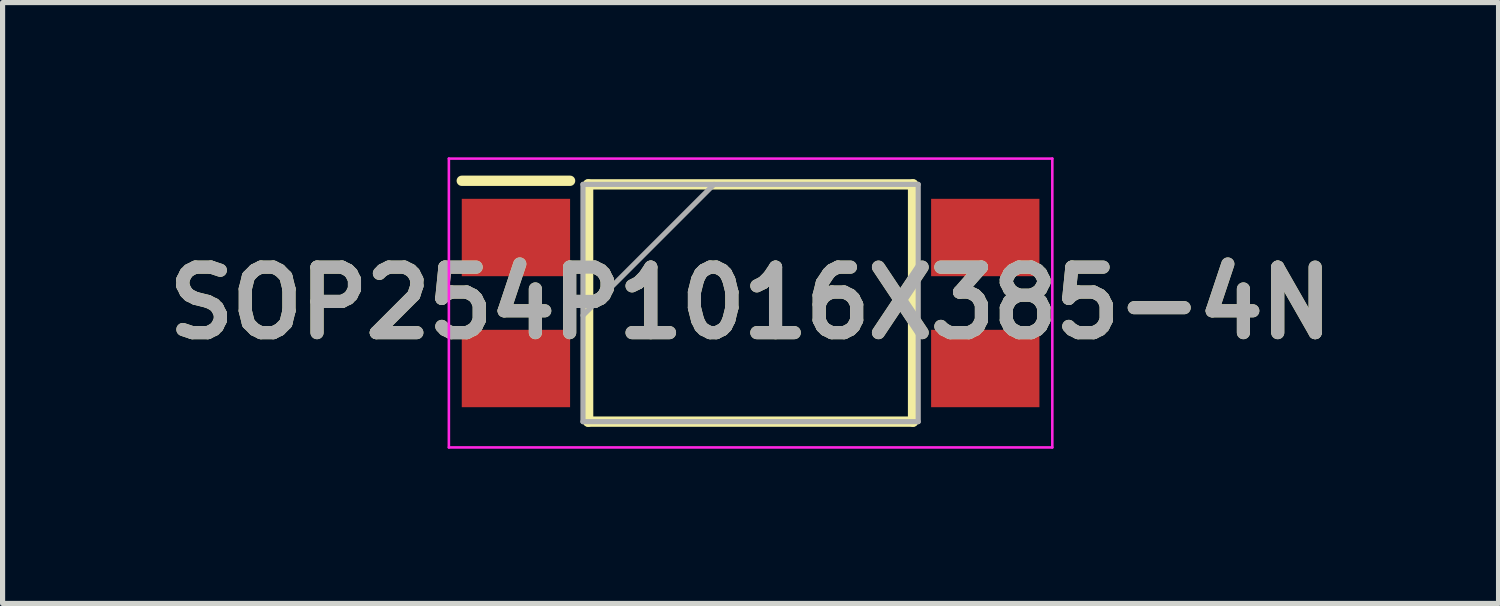
<source format=kicad_pcb>
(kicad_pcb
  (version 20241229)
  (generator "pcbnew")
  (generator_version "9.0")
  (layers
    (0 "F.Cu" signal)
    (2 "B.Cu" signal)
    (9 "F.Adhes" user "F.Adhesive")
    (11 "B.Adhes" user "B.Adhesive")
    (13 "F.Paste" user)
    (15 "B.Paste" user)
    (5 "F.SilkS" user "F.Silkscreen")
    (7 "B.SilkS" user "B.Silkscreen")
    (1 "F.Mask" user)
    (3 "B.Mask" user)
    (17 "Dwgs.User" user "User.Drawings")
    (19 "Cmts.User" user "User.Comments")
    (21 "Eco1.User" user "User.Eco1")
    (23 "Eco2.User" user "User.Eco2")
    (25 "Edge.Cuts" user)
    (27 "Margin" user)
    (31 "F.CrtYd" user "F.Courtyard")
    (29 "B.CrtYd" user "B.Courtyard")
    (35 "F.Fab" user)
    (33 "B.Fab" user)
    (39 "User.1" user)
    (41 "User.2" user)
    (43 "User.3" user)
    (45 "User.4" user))
  (footprint "SOP254P1016X385-4N"
    (layer "F.Cu")
    (at 11.503 2.825)
    (property "Reference" "SOP254P1016X385-4N" (at 0 0 0) (layer "F.SilkS") (effects (font (size 1.27 1.27) (thickness 0.254))))
    (attr smd)
    (fp_line (start -5.6 -2.37) (end -3.5 -2.37) (stroke (width 0.2) (type solid)) (layer "F.SilkS"))
    (fp_line (start -3.15 -2.3) (end 3.15 -2.3) (stroke (width 0.2) (type solid)) (layer "F.SilkS"))
    (fp_line (start -3.15 2.3) (end -3.15 -2.3) (stroke (width 0.2) (type solid)) (layer "F.SilkS"))
    (fp_line (start 3.15 -2.3) (end 3.15 2.3) (stroke (width 0.2) (type solid)) (layer "F.SilkS"))
    (fp_line (start 3.15 2.3) (end -3.15 2.3) (stroke (width 0.2) (type solid)) (layer "F.SilkS"))
    (fp_line (start -5.85 -2.8) (end 5.85 -2.8) (stroke (width 0.05) (type solid)) (layer "F.CrtYd"))
    (fp_line (start -5.85 2.8) (end -5.85 -2.8) (stroke (width 0.05) (type solid)) (layer "F.CrtYd"))
    (fp_line (start 5.85 -2.8) (end 5.85 2.8) (stroke (width 0.05) (type solid)) (layer "F.CrtYd"))
    (fp_line (start 5.85 2.8) (end -5.85 2.8) (stroke (width 0.05) (type solid)) (layer "F.CrtYd"))
    (fp_line (start -3.25 -2.3) (end 3.25 -2.3) (stroke (width 0.1) (type solid)) (layer "F.Fab"))
    (fp_line (start -3.25 0.24) (end -0.71 -2.3) (stroke (width 0.1) (type solid)) (layer "F.Fab"))
    (fp_line (start -3.25 2.3) (end -3.25 -2.3) (stroke (width 0.1) (type solid)) (layer "F.Fab"))
    (fp_line (start 3.25 -2.3) (end 3.25 2.3) (stroke (width 0.1) (type solid)) (layer "F.Fab"))
    (fp_line (start 3.25 2.3) (end -3.25 2.3) (stroke (width 0.1) (type solid)) (layer "F.Fab"))
    (fp_text user "${REFERENCE}" (at 0 0 0) (layer "F.Fab") (effects (font (size 1.27 1.27) (thickness 0.254))))
    (pad "1" smd rect (at -4.55 -1.27 90) (size 1.5 2.1) (layers "F.Cu" "F.Mask" "F.Paste"))
    (pad "2" smd rect (at -4.55 1.27 90) (size 1.5 2.1) (layers "F.Cu" "F.Mask" "F.Paste"))
    (pad "3" smd rect (at 4.55 1.27 90) (size 1.5 2.1) (layers "F.Cu" "F.Mask" "F.Paste"))
    (pad "4" smd rect (at 4.55 -1.27 90) (size 1.5 2.1) (layers "F.Cu" "F.Mask" "F.Paste")))
  (gr_rect
    (start -3 -3)
    (end 26.005 8.65)
    (stroke (width 0.1) (type default))
    (fill no)
    (layer "Edge.Cuts")))
</source>
